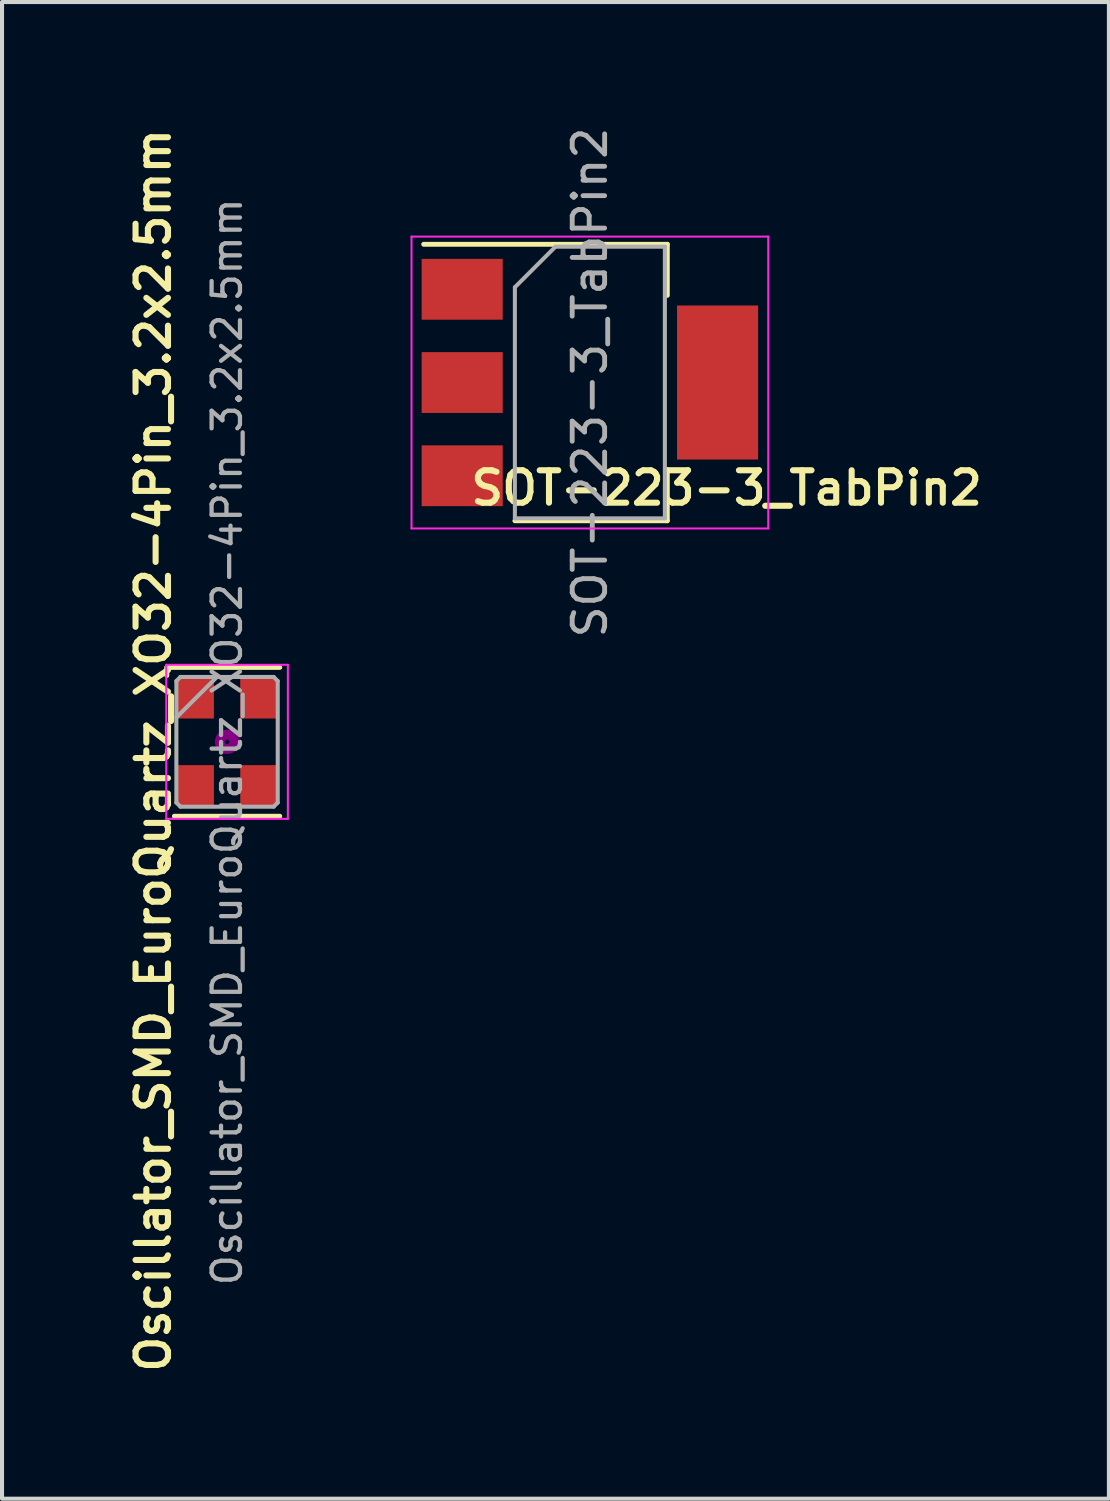
<source format=kicad_pcb>
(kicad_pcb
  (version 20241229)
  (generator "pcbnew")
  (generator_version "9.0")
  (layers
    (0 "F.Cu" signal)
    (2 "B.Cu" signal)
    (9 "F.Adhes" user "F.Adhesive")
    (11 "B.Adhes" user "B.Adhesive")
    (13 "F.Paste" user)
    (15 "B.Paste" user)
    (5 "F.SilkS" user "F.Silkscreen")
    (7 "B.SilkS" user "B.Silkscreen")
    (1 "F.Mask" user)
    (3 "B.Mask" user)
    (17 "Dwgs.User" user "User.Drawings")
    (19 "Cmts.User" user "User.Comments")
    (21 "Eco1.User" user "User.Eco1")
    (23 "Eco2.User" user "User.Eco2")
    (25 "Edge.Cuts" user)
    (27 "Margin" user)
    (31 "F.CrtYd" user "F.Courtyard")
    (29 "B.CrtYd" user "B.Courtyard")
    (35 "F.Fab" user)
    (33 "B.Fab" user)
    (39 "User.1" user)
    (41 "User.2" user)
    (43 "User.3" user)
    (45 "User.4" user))
  (footprint "SOT-223-3_TabPin2"
    (layer "F.Cu")
    (at 11.501 6.386)
    (property "Reference" "SOT-223-3_TabPin2" (at 3.372 2.602 180) (layer "F.SilkS") (effects (font (size 0.8 0.8) (thickness 0.15))))
    (attr smd)
    (fp_line (start -4.1 -3.41) (end 1.91 -3.41) (stroke (width 0.12) (type solid)) (layer "F.SilkS"))
    (fp_line (start -1.85 3.41) (end 1.91 3.41) (stroke (width 0.12) (type solid)) (layer "F.SilkS"))
    (fp_line (start 1.91 -3.41) (end 1.91 -2.15) (stroke (width 0.12) (type solid)) (layer "F.SilkS"))
    (fp_line (start 1.91 3.41) (end 1.91 2.15) (stroke (width 0.12) (type solid)) (layer "F.SilkS"))
    (fp_line (start -4.4 -3.6) (end -4.4 3.6) (stroke (width 0.05) (type solid)) (layer "F.CrtYd"))
    (fp_line (start -4.4 3.6) (end 4.4 3.6) (stroke (width 0.05) (type solid)) (layer "F.CrtYd"))
    (fp_line (start 4.4 -3.6) (end -4.4 -3.6) (stroke (width 0.05) (type solid)) (layer "F.CrtYd"))
    (fp_line (start 4.4 3.6) (end 4.4 -3.6) (stroke (width 0.05) (type solid)) (layer "F.CrtYd"))
    (fp_line (start -1.85 -2.35) (end -1.85 3.35) (stroke (width 0.1) (type solid)) (layer "F.Fab"))
    (fp_line (start -1.85 -2.35) (end -0.85 -3.35) (stroke (width 0.1) (type solid)) (layer "F.Fab"))
    (fp_line (start -1.85 3.35) (end 1.85 3.35) (stroke (width 0.1) (type solid)) (layer "F.Fab"))
    (fp_line (start -0.85 -3.35) (end 1.85 -3.35) (stroke (width 0.1) (type solid)) (layer "F.Fab"))
    (fp_line (start 1.85 -3.35) (end 1.85 3.35) (stroke (width 0.1) (type solid)) (layer "F.Fab"))
    (fp_text user "${REFERENCE}" (at 0 0 270) (layer "F.Fab") (effects (font (size 0.8 0.8) (thickness 0.12))))
    (pad "1" smd rect (at -3.15 -2.3) (size 2 1.5) (layers "F.Cu" "F.Mask" "F.Paste"))
    (pad "2" smd rect (at -3.15 0) (size 2 1.5) (layers "F.Cu" "F.Mask" "F.Paste"))
    (pad "2" smd rect (at 3.15 0) (size 2 3.8) (layers "F.Cu" "F.Mask" "F.Paste"))
    (pad "3" smd rect (at -3.15 2.3) (size 2 1.5) (layers "F.Cu" "F.Mask" "F.Paste")))
  (footprint "Oscillator_SMD_EuroQuartz_XO32-4Pin_3.2x2.5mm"
    (layer "F.Cu")
    (at 2.551 15.249)
    (property "Reference" "Oscillator_SMD_EuroQuartz_XO32-4Pin_3.2x2.5mm" (at -1.82 0.21 90) (layer "F.SilkS") (effects (font (size 0.8 0.8) (thickness 0.15))))
    (attr smd)
    (fp_line (start -1.485 -1.835) (end 1.3 -1.835) (stroke (width 0.12) (type solid)) (layer "F.SilkS"))
    (fp_line (start -1.485 -1.635) (end -1.485 -1.835) (stroke (width 0.12) (type solid)) (layer "F.SilkS"))
    (fp_line (start 1.3 1.835) (end -1.3 1.835) (stroke (width 0.12) (type solid)) (layer "F.SilkS"))
    (fp_circle (center 0 0) (end 0 0.058) (stroke (width 0.117) (type solid)) (fill no) (layer "F.Adhes"))
    (fp_circle (center 0 0) (end 0 0.133) (stroke (width 0.083) (type solid)) (fill no) (layer "F.Adhes"))
    (fp_circle (center 0 0) (end 0 0.208) (stroke (width 0.083) (type solid)) (fill no) (layer "F.Adhes"))
    (fp_circle (center 0 0) (end 0 0.25) (stroke (width 0.1) (type solid)) (fill no) (layer "F.Adhes"))
    (fp_line (start -1.5 -1.9) (end -1.5 1.9) (stroke (width 0.05) (type solid)) (layer "F.CrtYd"))
    (fp_line (start -1.5 1.9) (end 1.5 1.9) (stroke (width 0.05) (type solid)) (layer "F.CrtYd"))
    (fp_line (start 1.5 -1.9) (end -1.5 -1.9) (stroke (width 0.05) (type solid)) (layer "F.CrtYd"))
    (fp_line (start 1.5 1.9) (end 1.5 -1.9) (stroke (width 0.05) (type solid)) (layer "F.CrtYd"))
    (fp_line (start -1.25 -1.5) (end -1.15 -1.6) (stroke (width 0.1) (type solid)) (layer "F.Fab"))
    (fp_line (start -1.25 1.5) (end -1.25 -1.5) (stroke (width 0.1) (type solid)) (layer "F.Fab"))
    (fp_line (start -1.15 -1.6) (end 1.15 -1.6) (stroke (width 0.1) (type solid)) (layer "F.Fab"))
    (fp_line (start -1.15 1.6) (end -1.25 1.5) (stroke (width 0.1) (type solid)) (layer "F.Fab"))
    (fp_line (start -0.25 -1.6) (end -1.25 -0.6) (stroke (width 0.1) (type solid)) (layer "F.Fab"))
    (fp_line (start 1.15 -1.6) (end 1.25 -1.5) (stroke (width 0.1) (type solid)) (layer "F.Fab"))
    (fp_line (start 1.15 1.6) (end -1.15 1.6) (stroke (width 0.1) (type solid)) (layer "F.Fab"))
    (fp_line (start 1.25 -1.5) (end 1.25 1.5) (stroke (width 0.1) (type solid)) (layer "F.Fab"))
    (fp_line (start 1.25 1.5) (end 1.15 1.6) (stroke (width 0.1) (type solid)) (layer "F.Fab"))
    (fp_text user "${REFERENCE}" (at 0 0 90) (layer "F.Fab") (effects (font (size 0.7 0.7) (thickness 0.105))))
    (pad "1" smd rect (at -0.775 -1.075 90) (size 1 0.9) (layers "F.Cu" "F.Mask" "F.Paste"))
    (pad "2" smd rect (at -0.775 1.075 90) (size 1 0.9) (layers "F.Cu" "F.Mask" "F.Paste"))
    (pad "3" smd rect (at 0.775 1.075 90) (size 1 0.9) (layers "F.Cu" "F.Mask" "F.Paste"))
    (pad "4" smd rect (at 0.775 -1.075 90) (size 1 0.9) (layers "F.Cu" "F.Mask" "F.Paste")))
  (gr_rect
    (start -3 -3)
    (end 24.304 33.919)
    (stroke (width 0.1) (type default))
    (fill no)
    (layer "Edge.Cuts")))
</source>
